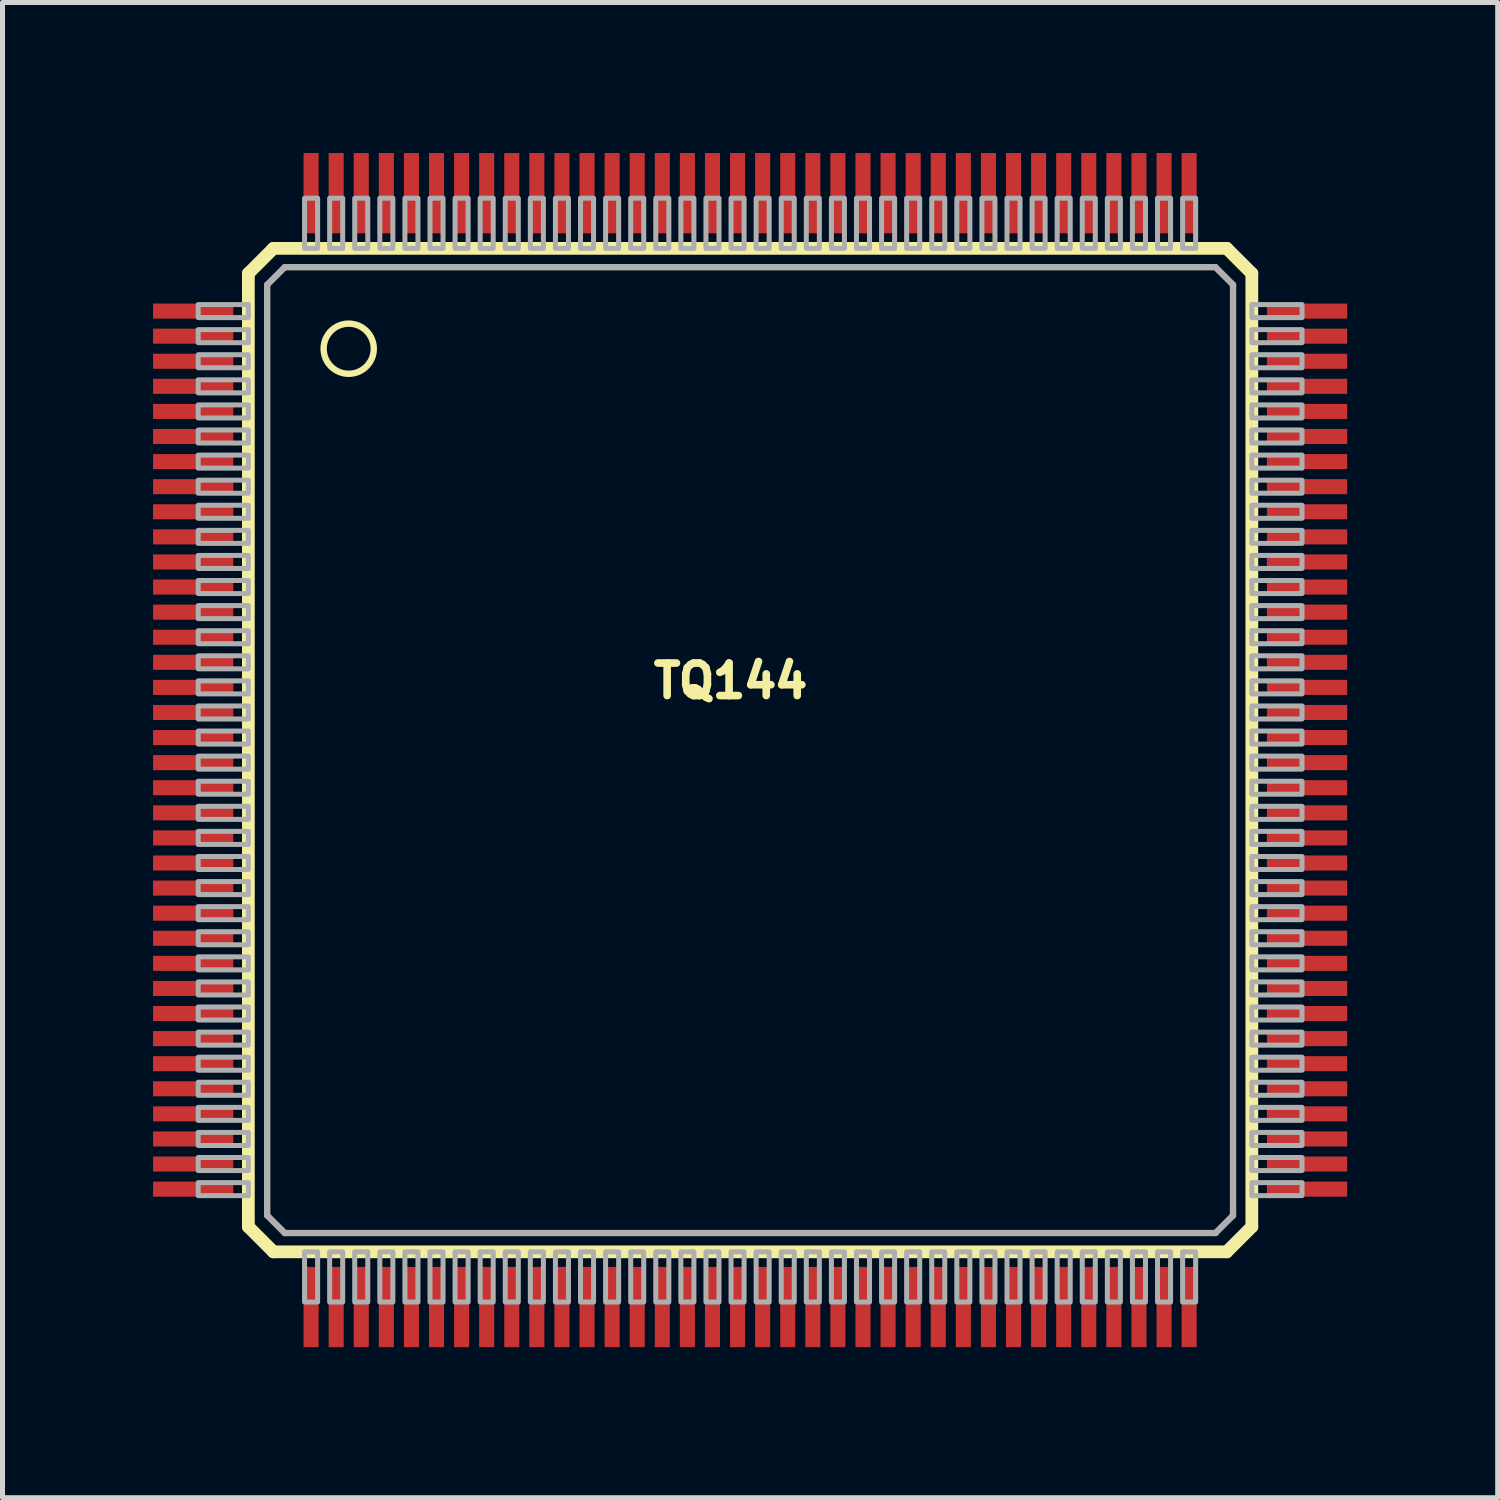
<source format=kicad_pcb>
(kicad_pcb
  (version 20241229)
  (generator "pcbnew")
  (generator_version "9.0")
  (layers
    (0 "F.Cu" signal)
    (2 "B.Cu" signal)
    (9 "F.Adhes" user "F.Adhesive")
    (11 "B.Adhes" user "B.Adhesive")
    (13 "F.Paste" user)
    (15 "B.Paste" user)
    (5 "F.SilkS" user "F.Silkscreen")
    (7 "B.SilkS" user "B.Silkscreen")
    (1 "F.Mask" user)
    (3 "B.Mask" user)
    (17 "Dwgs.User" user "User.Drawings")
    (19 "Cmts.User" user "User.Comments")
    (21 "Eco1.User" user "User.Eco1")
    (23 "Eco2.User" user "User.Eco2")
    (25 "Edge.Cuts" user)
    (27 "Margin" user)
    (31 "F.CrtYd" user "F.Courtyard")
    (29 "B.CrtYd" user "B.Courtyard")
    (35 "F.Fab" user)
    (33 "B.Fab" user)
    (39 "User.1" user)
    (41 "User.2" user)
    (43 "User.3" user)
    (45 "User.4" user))
  (footprint "TQ144"
    (layer "F.Cu")
    (at 11.9 11.9)
    (property "Reference" "TQ144" (at -2 -1 0) (unlocked yes) (layer "F.SilkS") (effects (font (size 0.648 0.648) (thickness 0.152)) (justify left bottom)))
    (fp_line (start -10 -9.5) (end -10 9.5) (stroke (width 0.254) (type solid)) (layer "F.SilkS"))
    (fp_line (start -10 9.5) (end -9.5 10) (stroke (width 0.254) (type solid)) (layer "F.SilkS"))
    (fp_line (start -9.5 -10) (end -10 -9.5) (stroke (width 0.254) (type solid)) (layer "F.SilkS"))
    (fp_line (start -9.5 10) (end 9.5 10) (stroke (width 0.254) (type solid)) (layer "F.SilkS"))
    (fp_line (start 9.5 -10) (end -9.5 -10) (stroke (width 0.254) (type solid)) (layer "F.SilkS"))
    (fp_line (start 9.5 10) (end 10 9.5) (stroke (width 0.254) (type solid)) (layer "F.SilkS"))
    (fp_line (start 10 -9.5) (end 9.5 -10) (stroke (width 0.254) (type solid)) (layer "F.SilkS"))
    (fp_line (start 10 9.5) (end 10 -9.5) (stroke (width 0.254) (type solid)) (layer "F.SilkS"))
    (fp_circle (center -8 -8) (end -7.5 -8) (stroke (width 0.127) (type solid)) (fill no) (layer "F.SilkS"))
    (fp_line (start -9.625 -9.275) (end -9.625 9.275) (stroke (width 0.127) (type solid)) (layer "F.Fab"))
    (fp_line (start -9.625 9.275) (end -9.275 9.625) (stroke (width 0.127) (type solid)) (layer "F.Fab"))
    (fp_line (start -9.275 -9.625) (end -9.625 -9.275) (stroke (width 0.127) (type solid)) (layer "F.Fab"))
    (fp_line (start -9.275 9.625) (end 9.275 9.625) (stroke (width 0.127) (type solid)) (layer "F.Fab"))
    (fp_line (start 9.275 -9.625) (end -9.275 -9.625) (stroke (width 0.127) (type solid)) (layer "F.Fab"))
    (fp_line (start 9.275 9.625) (end 9.625 9.275) (stroke (width 0.127) (type solid)) (layer "F.Fab"))
    (fp_line (start 9.625 -9.275) (end 9.275 -9.625) (stroke (width 0.127) (type solid)) (layer "F.Fab"))
    (fp_line (start 9.625 9.275) (end 9.625 -9.275) (stroke (width 0.127) (type solid)) (layer "F.Fab"))
    (fp_poly (pts (xy -11 -8.62) (xy -10 -8.62) (xy -10 -8.88) (xy -11 -8.88)) (stroke (width 0.1) (type default)) (fill no) (layer "F.Fab"))
    (fp_poly (pts (xy -11 -8.12) (xy -10 -8.12) (xy -10 -8.38) (xy -11 -8.38)) (stroke (width 0.1) (type default)) (fill no) (layer "F.Fab"))
    (fp_poly (pts (xy -11 -7.62) (xy -10 -7.62) (xy -10 -7.88) (xy -11 -7.88)) (stroke (width 0.1) (type default)) (fill no) (layer "F.Fab"))
    (fp_poly (pts (xy -11 -7.12) (xy -10 -7.12) (xy -10 -7.38) (xy -11 -7.38)) (stroke (width 0.1) (type default)) (fill no) (layer "F.Fab"))
    (fp_poly (pts (xy -11 -6.62) (xy -10 -6.62) (xy -10 -6.88) (xy -11 -6.88)) (stroke (width 0.1) (type default)) (fill no) (layer "F.Fab"))
    (fp_poly (pts (xy -11 -6.12) (xy -10 -6.12) (xy -10 -6.38) (xy -11 -6.38)) (stroke (width 0.1) (type default)) (fill no) (layer "F.Fab"))
    (fp_poly (pts (xy -11 -5.62) (xy -10 -5.62) (xy -10 -5.88) (xy -11 -5.88)) (stroke (width 0.1) (type default)) (fill no) (layer "F.Fab"))
    (fp_poly (pts (xy -11 -5.12) (xy -10 -5.12) (xy -10 -5.38) (xy -11 -5.38)) (stroke (width 0.1) (type default)) (fill no) (layer "F.Fab"))
    (fp_poly (pts (xy -11 -4.62) (xy -10 -4.62) (xy -10 -4.88) (xy -11 -4.88)) (stroke (width 0.1) (type default)) (fill no) (layer "F.Fab"))
    (fp_poly (pts (xy -11 -4.12) (xy -10 -4.12) (xy -10 -4.38) (xy -11 -4.38)) (stroke (width 0.1) (type default)) (fill no) (layer "F.Fab"))
    (fp_poly (pts (xy -11 -3.62) (xy -10 -3.62) (xy -10 -3.88) (xy -11 -3.88)) (stroke (width 0.1) (type default)) (fill no) (layer "F.Fab"))
    (fp_poly (pts (xy -11 -3.12) (xy -10 -3.12) (xy -10 -3.38) (xy -11 -3.38)) (stroke (width 0.1) (type default)) (fill no) (layer "F.Fab"))
    (fp_poly (pts (xy -11 -2.62) (xy -10 -2.62) (xy -10 -2.88) (xy -11 -2.88)) (stroke (width 0.1) (type default)) (fill no) (layer "F.Fab"))
    (fp_poly (pts (xy -11 -2.12) (xy -10 -2.12) (xy -10 -2.38) (xy -11 -2.38)) (stroke (width 0.1) (type default)) (fill no) (layer "F.Fab"))
    (fp_poly (pts (xy -11 -1.62) (xy -10 -1.62) (xy -10 -1.88) (xy -11 -1.88)) (stroke (width 0.1) (type default)) (fill no) (layer "F.Fab"))
    (fp_poly (pts (xy -11 -1.12) (xy -10 -1.12) (xy -10 -1.38) (xy -11 -1.38)) (stroke (width 0.1) (type default)) (fill no) (layer "F.Fab"))
    (fp_poly (pts (xy -11 -0.62) (xy -10 -0.62) (xy -10 -0.88) (xy -11 -0.88)) (stroke (width 0.1) (type default)) (fill no) (layer "F.Fab"))
    (fp_poly (pts (xy -11 -0.12) (xy -10 -0.12) (xy -10 -0.38) (xy -11 -0.38)) (stroke (width 0.1) (type default)) (fill no) (layer "F.Fab"))
    (fp_poly (pts (xy -11 0.38) (xy -10 0.38) (xy -10 0.12) (xy -11 0.12)) (stroke (width 0.1) (type default)) (fill no) (layer "F.Fab"))
    (fp_poly (pts (xy -11 0.88) (xy -10 0.88) (xy -10 0.62) (xy -11 0.62)) (stroke (width 0.1) (type default)) (fill no) (layer "F.Fab"))
    (fp_poly (pts (xy -11 1.38) (xy -10 1.38) (xy -10 1.12) (xy -11 1.12)) (stroke (width 0.1) (type default)) (fill no) (layer "F.Fab"))
    (fp_poly (pts (xy -11 1.88) (xy -10 1.88) (xy -10 1.62) (xy -11 1.62)) (stroke (width 0.1) (type default)) (fill no) (layer "F.Fab"))
    (fp_poly (pts (xy -11 2.38) (xy -10 2.38) (xy -10 2.12) (xy -11 2.12)) (stroke (width 0.1) (type default)) (fill no) (layer "F.Fab"))
    (fp_poly (pts (xy -11 2.88) (xy -10 2.88) (xy -10 2.62) (xy -11 2.62)) (stroke (width 0.1) (type default)) (fill no) (layer "F.Fab"))
    (fp_poly (pts (xy -11 3.38) (xy -10 3.38) (xy -10 3.12) (xy -11 3.12)) (stroke (width 0.1) (type default)) (fill no) (layer "F.Fab"))
    (fp_poly (pts (xy -11 3.88) (xy -10 3.88) (xy -10 3.62) (xy -11 3.62)) (stroke (width 0.1) (type default)) (fill no) (layer "F.Fab"))
    (fp_poly (pts (xy -11 4.38) (xy -10 4.38) (xy -10 4.12) (xy -11 4.12)) (stroke (width 0.1) (type default)) (fill no) (layer "F.Fab"))
    (fp_poly (pts (xy -11 4.88) (xy -10 4.88) (xy -10 4.62) (xy -11 4.62)) (stroke (width 0.1) (type default)) (fill no) (layer "F.Fab"))
    (fp_poly (pts (xy -11 5.38) (xy -10 5.38) (xy -10 5.12) (xy -11 5.12)) (stroke (width 0.1) (type default)) (fill no) (layer "F.Fab"))
    (fp_poly (pts (xy -11 5.88) (xy -10 5.88) (xy -10 5.62) (xy -11 5.62)) (stroke (width 0.1) (type default)) (fill no) (layer "F.Fab"))
    (fp_poly (pts (xy -11 6.38) (xy -10 6.38) (xy -10 6.12) (xy -11 6.12)) (stroke (width 0.1) (type default)) (fill no) (layer "F.Fab"))
    (fp_poly (pts (xy -11 6.88) (xy -10 6.88) (xy -10 6.62) (xy -11 6.62)) (stroke (width 0.1) (type default)) (fill no) (layer "F.Fab"))
    (fp_poly (pts (xy -11 7.38) (xy -10 7.38) (xy -10 7.12) (xy -11 7.12)) (stroke (width 0.1) (type default)) (fill no) (layer "F.Fab"))
    (fp_poly (pts (xy -11 7.88) (xy -10 7.88) (xy -10 7.62) (xy -11 7.62)) (stroke (width 0.1) (type default)) (fill no) (layer "F.Fab"))
    (fp_poly (pts (xy -11 8.38) (xy -10 8.38) (xy -10 8.12) (xy -11 8.12)) (stroke (width 0.1) (type default)) (fill no) (layer "F.Fab"))
    (fp_poly (pts (xy -11 8.88) (xy -10 8.88) (xy -10 8.62) (xy -11 8.62)) (stroke (width 0.1) (type default)) (fill no) (layer "F.Fab"))
    (fp_poly (pts (xy -8.88 -10) (xy -8.62 -10) (xy -8.62 -11) (xy -8.88 -11)) (stroke (width 0.1) (type default)) (fill no) (layer "F.Fab"))
    (fp_poly (pts (xy -8.88 11) (xy -8.62 11) (xy -8.62 10) (xy -8.88 10)) (stroke (width 0.1) (type default)) (fill no) (layer "F.Fab"))
    (fp_poly (pts (xy -8.38 -10) (xy -8.12 -10) (xy -8.12 -11) (xy -8.38 -11)) (stroke (width 0.1) (type default)) (fill no) (layer "F.Fab"))
    (fp_poly (pts (xy -8.38 11) (xy -8.12 11) (xy -8.12 10) (xy -8.38 10)) (stroke (width 0.1) (type default)) (fill no) (layer "F.Fab"))
    (fp_poly (pts (xy -7.88 -10) (xy -7.62 -10) (xy -7.62 -11) (xy -7.88 -11)) (stroke (width 0.1) (type default)) (fill no) (layer "F.Fab"))
    (fp_poly (pts (xy -7.88 11) (xy -7.62 11) (xy -7.62 10) (xy -7.88 10)) (stroke (width 0.1) (type default)) (fill no) (layer "F.Fab"))
    (fp_poly (pts (xy -7.38 -10) (xy -7.12 -10) (xy -7.12 -11) (xy -7.38 -11)) (stroke (width 0.1) (type default)) (fill no) (layer "F.Fab"))
    (fp_poly (pts (xy -7.38 11) (xy -7.12 11) (xy -7.12 10) (xy -7.38 10)) (stroke (width 0.1) (type default)) (fill no) (layer "F.Fab"))
    (fp_poly (pts (xy -6.88 -10) (xy -6.62 -10) (xy -6.62 -11) (xy -6.88 -11)) (stroke (width 0.1) (type default)) (fill no) (layer "F.Fab"))
    (fp_poly (pts (xy -6.88 11) (xy -6.62 11) (xy -6.62 10) (xy -6.88 10)) (stroke (width 0.1) (type default)) (fill no) (layer "F.Fab"))
    (fp_poly (pts (xy -6.38 -10) (xy -6.12 -10) (xy -6.12 -11) (xy -6.38 -11)) (stroke (width 0.1) (type default)) (fill no) (layer "F.Fab"))
    (fp_poly (pts (xy -6.38 11) (xy -6.12 11) (xy -6.12 10) (xy -6.38 10)) (stroke (width 0.1) (type default)) (fill no) (layer "F.Fab"))
    (fp_poly (pts (xy -5.88 -10) (xy -5.62 -10) (xy -5.62 -11) (xy -5.88 -11)) (stroke (width 0.1) (type default)) (fill no) (layer "F.Fab"))
    (fp_poly (pts (xy -5.88 11) (xy -5.62 11) (xy -5.62 10) (xy -5.88 10)) (stroke (width 0.1) (type default)) (fill no) (layer "F.Fab"))
    (fp_poly (pts (xy -5.38 -10) (xy -5.12 -10) (xy -5.12 -11) (xy -5.38 -11)) (stroke (width 0.1) (type default)) (fill no) (layer "F.Fab"))
    (fp_poly (pts (xy -5.38 11) (xy -5.12 11) (xy -5.12 10) (xy -5.38 10)) (stroke (width 0.1) (type default)) (fill no) (layer "F.Fab"))
    (fp_poly (pts (xy -4.88 -10) (xy -4.62 -10) (xy -4.62 -11) (xy -4.88 -11)) (stroke (width 0.1) (type default)) (fill no) (layer "F.Fab"))
    (fp_poly (pts (xy -4.88 11) (xy -4.62 11) (xy -4.62 10) (xy -4.88 10)) (stroke (width 0.1) (type default)) (fill no) (layer "F.Fab"))
    (fp_poly (pts (xy -4.38 -10) (xy -4.12 -10) (xy -4.12 -11) (xy -4.38 -11)) (stroke (width 0.1) (type default)) (fill no) (layer "F.Fab"))
    (fp_poly (pts (xy -4.38 11) (xy -4.12 11) (xy -4.12 10) (xy -4.38 10)) (stroke (width 0.1) (type default)) (fill no) (layer "F.Fab"))
    (fp_poly (pts (xy -3.88 -10) (xy -3.62 -10) (xy -3.62 -11) (xy -3.88 -11)) (stroke (width 0.1) (type default)) (fill no) (layer "F.Fab"))
    (fp_poly (pts (xy -3.88 11) (xy -3.62 11) (xy -3.62 10) (xy -3.88 10)) (stroke (width 0.1) (type default)) (fill no) (layer "F.Fab"))
    (fp_poly (pts (xy -3.38 -10) (xy -3.12 -10) (xy -3.12 -11) (xy -3.38 -11)) (stroke (width 0.1) (type default)) (fill no) (layer "F.Fab"))
    (fp_poly (pts (xy -3.38 11) (xy -3.12 11) (xy -3.12 10) (xy -3.38 10)) (stroke (width 0.1) (type default)) (fill no) (layer "F.Fab"))
    (fp_poly (pts (xy -2.88 -10) (xy -2.62 -10) (xy -2.62 -11) (xy -2.88 -11)) (stroke (width 0.1) (type default)) (fill no) (layer "F.Fab"))
    (fp_poly (pts (xy -2.88 11) (xy -2.62 11) (xy -2.62 10) (xy -2.88 10)) (stroke (width 0.1) (type default)) (fill no) (layer "F.Fab"))
    (fp_poly (pts (xy -2.38 -10) (xy -2.12 -10) (xy -2.12 -11) (xy -2.38 -11)) (stroke (width 0.1) (type default)) (fill no) (layer "F.Fab"))
    (fp_poly (pts (xy -2.38 11) (xy -2.12 11) (xy -2.12 10) (xy -2.38 10)) (stroke (width 0.1) (type default)) (fill no) (layer "F.Fab"))
    (fp_poly (pts (xy -1.88 -10) (xy -1.62 -10) (xy -1.62 -11) (xy -1.88 -11)) (stroke (width 0.1) (type default)) (fill no) (layer "F.Fab"))
    (fp_poly (pts (xy -1.88 11) (xy -1.62 11) (xy -1.62 10) (xy -1.88 10)) (stroke (width 0.1) (type default)) (fill no) (layer "F.Fab"))
    (fp_poly (pts (xy -1.38 -10) (xy -1.12 -10) (xy -1.12 -11) (xy -1.38 -11)) (stroke (width 0.1) (type default)) (fill no) (layer "F.Fab"))
    (fp_poly (pts (xy -1.38 11) (xy -1.12 11) (xy -1.12 10) (xy -1.38 10)) (stroke (width 0.1) (type default)) (fill no) (layer "F.Fab"))
    (fp_poly (pts (xy -0.88 -10) (xy -0.62 -10) (xy -0.62 -11) (xy -0.88 -11)) (stroke (width 0.1) (type default)) (fill no) (layer "F.Fab"))
    (fp_poly (pts (xy -0.88 11) (xy -0.62 11) (xy -0.62 10) (xy -0.88 10)) (stroke (width 0.1) (type default)) (fill no) (layer "F.Fab"))
    (fp_poly (pts (xy -0.38 -10) (xy -0.12 -10) (xy -0.12 -11) (xy -0.38 -11)) (stroke (width 0.1) (type default)) (fill no) (layer "F.Fab"))
    (fp_poly (pts (xy -0.38 11) (xy -0.12 11) (xy -0.12 10) (xy -0.38 10)) (stroke (width 0.1) (type default)) (fill no) (layer "F.Fab"))
    (fp_poly (pts (xy 0.12 -10) (xy 0.38 -10) (xy 0.38 -11) (xy 0.12 -11)) (stroke (width 0.1) (type default)) (fill no) (layer "F.Fab"))
    (fp_poly (pts (xy 0.12 11) (xy 0.38 11) (xy 0.38 10) (xy 0.12 10)) (stroke (width 0.1) (type default)) (fill no) (layer "F.Fab"))
    (fp_poly (pts (xy 0.62 -10) (xy 0.88 -10) (xy 0.88 -11) (xy 0.62 -11)) (stroke (width 0.1) (type default)) (fill no) (layer "F.Fab"))
    (fp_poly (pts (xy 0.62 11) (xy 0.88 11) (xy 0.88 10) (xy 0.62 10)) (stroke (width 0.1) (type default)) (fill no) (layer "F.Fab"))
    (fp_poly (pts (xy 1.12 -10) (xy 1.38 -10) (xy 1.38 -11) (xy 1.12 -11)) (stroke (width 0.1) (type default)) (fill no) (layer "F.Fab"))
    (fp_poly (pts (xy 1.12 11) (xy 1.38 11) (xy 1.38 10) (xy 1.12 10)) (stroke (width 0.1) (type default)) (fill no) (layer "F.Fab"))
    (fp_poly (pts (xy 1.62 -10) (xy 1.88 -10) (xy 1.88 -11) (xy 1.62 -11)) (stroke (width 0.1) (type default)) (fill no) (layer "F.Fab"))
    (fp_poly (pts (xy 1.62 11) (xy 1.88 11) (xy 1.88 10) (xy 1.62 10)) (stroke (width 0.1) (type default)) (fill no) (layer "F.Fab"))
    (fp_poly (pts (xy 2.12 -10) (xy 2.38 -10) (xy 2.38 -11) (xy 2.12 -11)) (stroke (width 0.1) (type default)) (fill no) (layer "F.Fab"))
    (fp_poly (pts (xy 2.12 11) (xy 2.38 11) (xy 2.38 10) (xy 2.12 10)) (stroke (width 0.1) (type default)) (fill no) (layer "F.Fab"))
    (fp_poly (pts (xy 2.62 -10) (xy 2.88 -10) (xy 2.88 -11) (xy 2.62 -11)) (stroke (width 0.1) (type default)) (fill no) (layer "F.Fab"))
    (fp_poly (pts (xy 2.62 11) (xy 2.88 11) (xy 2.88 10) (xy 2.62 10)) (stroke (width 0.1) (type default)) (fill no) (layer "F.Fab"))
    (fp_poly (pts (xy 3.12 -10) (xy 3.38 -10) (xy 3.38 -11) (xy 3.12 -11)) (stroke (width 0.1) (type default)) (fill no) (layer "F.Fab"))
    (fp_poly (pts (xy 3.12 11) (xy 3.38 11) (xy 3.38 10) (xy 3.12 10)) (stroke (width 0.1) (type default)) (fill no) (layer "F.Fab"))
    (fp_poly (pts (xy 3.62 -10) (xy 3.88 -10) (xy 3.88 -11) (xy 3.62 -11)) (stroke (width 0.1) (type default)) (fill no) (layer "F.Fab"))
    (fp_poly (pts (xy 3.62 11) (xy 3.88 11) (xy 3.88 10) (xy 3.62 10)) (stroke (width 0.1) (type default)) (fill no) (layer "F.Fab"))
    (fp_poly (pts (xy 4.12 -10) (xy 4.38 -10) (xy 4.38 -11) (xy 4.12 -11)) (stroke (width 0.1) (type default)) (fill no) (layer "F.Fab"))
    (fp_poly (pts (xy 4.12 11) (xy 4.38 11) (xy 4.38 10) (xy 4.12 10)) (stroke (width 0.1) (type default)) (fill no) (layer "F.Fab"))
    (fp_poly (pts (xy 4.62 -10) (xy 4.88 -10) (xy 4.88 -11) (xy 4.62 -11)) (stroke (width 0.1) (type default)) (fill no) (layer "F.Fab"))
    (fp_poly (pts (xy 4.62 11) (xy 4.88 11) (xy 4.88 10) (xy 4.62 10)) (stroke (width 0.1) (type default)) (fill no) (layer "F.Fab"))
    (fp_poly (pts (xy 5.12 -10) (xy 5.38 -10) (xy 5.38 -11) (xy 5.12 -11)) (stroke (width 0.1) (type default)) (fill no) (layer "F.Fab"))
    (fp_poly (pts (xy 5.12 11) (xy 5.38 11) (xy 5.38 10) (xy 5.12 10)) (stroke (width 0.1) (type default)) (fill no) (layer "F.Fab"))
    (fp_poly (pts (xy 5.62 -10) (xy 5.88 -10) (xy 5.88 -11) (xy 5.62 -11)) (stroke (width 0.1) (type default)) (fill no) (layer "F.Fab"))
    (fp_poly (pts (xy 5.62 11) (xy 5.88 11) (xy 5.88 10) (xy 5.62 10)) (stroke (width 0.1) (type default)) (fill no) (layer "F.Fab"))
    (fp_poly (pts (xy 6.12 -10) (xy 6.38 -10) (xy 6.38 -11) (xy 6.12 -11)) (stroke (width 0.1) (type default)) (fill no) (layer "F.Fab"))
    (fp_poly (pts (xy 6.12 11) (xy 6.38 11) (xy 6.38 10) (xy 6.12 10)) (stroke (width 0.1) (type default)) (fill no) (layer "F.Fab"))
    (fp_poly (pts (xy 6.62 -10) (xy 6.88 -10) (xy 6.88 -11) (xy 6.62 -11)) (stroke (width 0.1) (type default)) (fill no) (layer "F.Fab"))
    (fp_poly (pts (xy 6.62 11) (xy 6.88 11) (xy 6.88 10) (xy 6.62 10)) (stroke (width 0.1) (type default)) (fill no) (layer "F.Fab"))
    (fp_poly (pts (xy 7.12 -10) (xy 7.38 -10) (xy 7.38 -11) (xy 7.12 -11)) (stroke (width 0.1) (type default)) (fill no) (layer "F.Fab"))
    (fp_poly (pts (xy 7.12 11) (xy 7.38 11) (xy 7.38 10) (xy 7.12 10)) (stroke (width 0.1) (type default)) (fill no) (layer "F.Fab"))
    (fp_poly (pts (xy 7.62 -10) (xy 7.88 -10) (xy 7.88 -11) (xy 7.62 -11)) (stroke (width 0.1) (type default)) (fill no) (layer "F.Fab"))
    (fp_poly (pts (xy 7.62 11) (xy 7.88 11) (xy 7.88 10) (xy 7.62 10)) (stroke (width 0.1) (type default)) (fill no) (layer "F.Fab"))
    (fp_poly (pts (xy 8.12 -10) (xy 8.38 -10) (xy 8.38 -11) (xy 8.12 -11)) (stroke (width 0.1) (type default)) (fill no) (layer "F.Fab"))
    (fp_poly (pts (xy 8.12 11) (xy 8.38 11) (xy 8.38 10) (xy 8.12 10)) (stroke (width 0.1) (type default)) (fill no) (layer "F.Fab"))
    (fp_poly (pts (xy 8.62 -10) (xy 8.88 -10) (xy 8.88 -11) (xy 8.62 -11)) (stroke (width 0.1) (type default)) (fill no) (layer "F.Fab"))
    (fp_poly (pts (xy 8.62 11) (xy 8.88 11) (xy 8.88 10) (xy 8.62 10)) (stroke (width 0.1) (type default)) (fill no) (layer "F.Fab"))
    (fp_poly (pts (xy 10 -8.62) (xy 11 -8.62) (xy 11 -8.88) (xy 10 -8.88)) (stroke (width 0.1) (type default)) (fill no) (layer "F.Fab"))
    (fp_poly (pts (xy 10 -8.12) (xy 11 -8.12) (xy 11 -8.38) (xy 10 -8.38)) (stroke (width 0.1) (type default)) (fill no) (layer "F.Fab"))
    (fp_poly (pts (xy 10 -7.62) (xy 11 -7.62) (xy 11 -7.88) (xy 10 -7.88)) (stroke (width 0.1) (type default)) (fill no) (layer "F.Fab"))
    (fp_poly (pts (xy 10 -7.12) (xy 11 -7.12) (xy 11 -7.38) (xy 10 -7.38)) (stroke (width 0.1) (type default)) (fill no) (layer "F.Fab"))
    (fp_poly (pts (xy 10 -6.62) (xy 11 -6.62) (xy 11 -6.88) (xy 10 -6.88)) (stroke (width 0.1) (type default)) (fill no) (layer "F.Fab"))
    (fp_poly (pts (xy 10 -6.12) (xy 11 -6.12) (xy 11 -6.38) (xy 10 -6.38)) (stroke (width 0.1) (type default)) (fill no) (layer "F.Fab"))
    (fp_poly (pts (xy 10 -5.62) (xy 11 -5.62) (xy 11 -5.88) (xy 10 -5.88)) (stroke (width 0.1) (type default)) (fill no) (layer "F.Fab"))
    (fp_poly (pts (xy 10 -5.12) (xy 11 -5.12) (xy 11 -5.38) (xy 10 -5.38)) (stroke (width 0.1) (type default)) (fill no) (layer "F.Fab"))
    (fp_poly (pts (xy 10 -4.62) (xy 11 -4.62) (xy 11 -4.88) (xy 10 -4.88)) (stroke (width 0.1) (type default)) (fill no) (layer "F.Fab"))
    (fp_poly (pts (xy 10 -4.12) (xy 11 -4.12) (xy 11 -4.38) (xy 10 -4.38)) (stroke (width 0.1) (type default)) (fill no) (layer "F.Fab"))
    (fp_poly (pts (xy 10 -3.62) (xy 11 -3.62) (xy 11 -3.88) (xy 10 -3.88)) (stroke (width 0.1) (type default)) (fill no) (layer "F.Fab"))
    (fp_poly (pts (xy 10 -3.12) (xy 11 -3.12) (xy 11 -3.38) (xy 10 -3.38)) (stroke (width 0.1) (type default)) (fill no) (layer "F.Fab"))
    (fp_poly (pts (xy 10 -2.62) (xy 11 -2.62) (xy 11 -2.88) (xy 10 -2.88)) (stroke (width 0.1) (type default)) (fill no) (layer "F.Fab"))
    (fp_poly (pts (xy 10 -2.12) (xy 11 -2.12) (xy 11 -2.38) (xy 10 -2.38)) (stroke (width 0.1) (type default)) (fill no) (layer "F.Fab"))
    (fp_poly (pts (xy 10 -1.62) (xy 11 -1.62) (xy 11 -1.88) (xy 10 -1.88)) (stroke (width 0.1) (type default)) (fill no) (layer "F.Fab"))
    (fp_poly (pts (xy 10 -1.12) (xy 11 -1.12) (xy 11 -1.38) (xy 10 -1.38)) (stroke (width 0.1) (type default)) (fill no) (layer "F.Fab"))
    (fp_poly (pts (xy 10 -0.62) (xy 11 -0.62) (xy 11 -0.88) (xy 10 -0.88)) (stroke (width 0.1) (type default)) (fill no) (layer "F.Fab"))
    (fp_poly (pts (xy 10 -0.12) (xy 11 -0.12) (xy 11 -0.38) (xy 10 -0.38)) (stroke (width 0.1) (type default)) (fill no) (layer "F.Fab"))
    (fp_poly (pts (xy 10 0.38) (xy 11 0.38) (xy 11 0.12) (xy 10 0.12)) (stroke (width 0.1) (type default)) (fill no) (layer "F.Fab"))
    (fp_poly (pts (xy 10 0.88) (xy 11 0.88) (xy 11 0.62) (xy 10 0.62)) (stroke (width 0.1) (type default)) (fill no) (layer "F.Fab"))
    (fp_poly (pts (xy 10 1.38) (xy 11 1.38) (xy 11 1.12) (xy 10 1.12)) (stroke (width 0.1) (type default)) (fill no) (layer "F.Fab"))
    (fp_poly (pts (xy 10 1.88) (xy 11 1.88) (xy 11 1.62) (xy 10 1.62)) (stroke (width 0.1) (type default)) (fill no) (layer "F.Fab"))
    (fp_poly (pts (xy 10 2.38) (xy 11 2.38) (xy 11 2.12) (xy 10 2.12)) (stroke (width 0.1) (type default)) (fill no) (layer "F.Fab"))
    (fp_poly (pts (xy 10 2.88) (xy 11 2.88) (xy 11 2.62) (xy 10 2.62)) (stroke (width 0.1) (type default)) (fill no) (layer "F.Fab"))
    (fp_poly (pts (xy 10 3.38) (xy 11 3.38) (xy 11 3.12) (xy 10 3.12)) (stroke (width 0.1) (type default)) (fill no) (layer "F.Fab"))
    (fp_poly (pts (xy 10 3.88) (xy 11 3.88) (xy 11 3.62) (xy 10 3.62)) (stroke (width 0.1) (type default)) (fill no) (layer "F.Fab"))
    (fp_poly (pts (xy 10 4.38) (xy 11 4.38) (xy 11 4.12) (xy 10 4.12)) (stroke (width 0.1) (type default)) (fill no) (layer "F.Fab"))
    (fp_poly (pts (xy 10 4.88) (xy 11 4.88) (xy 11 4.62) (xy 10 4.62)) (stroke (width 0.1) (type default)) (fill no) (layer "F.Fab"))
    (fp_poly (pts (xy 10 5.38) (xy 11 5.38) (xy 11 5.12) (xy 10 5.12)) (stroke (width 0.1) (type default)) (fill no) (layer "F.Fab"))
    (fp_poly (pts (xy 10 5.88) (xy 11 5.88) (xy 11 5.62) (xy 10 5.62)) (stroke (width 0.1) (type default)) (fill no) (layer "F.Fab"))
    (fp_poly (pts (xy 10 6.38) (xy 11 6.38) (xy 11 6.12) (xy 10 6.12)) (stroke (width 0.1) (type default)) (fill no) (layer "F.Fab"))
    (fp_poly (pts (xy 10 6.88) (xy 11 6.88) (xy 11 6.62) (xy 10 6.62)) (stroke (width 0.1) (type default)) (fill no) (layer "F.Fab"))
    (fp_poly (pts (xy 10 7.38) (xy 11 7.38) (xy 11 7.12) (xy 10 7.12)) (stroke (width 0.1) (type default)) (fill no) (layer "F.Fab"))
    (fp_poly (pts (xy 10 7.88) (xy 11 7.88) (xy 11 7.62) (xy 10 7.62)) (stroke (width 0.1) (type default)) (fill no) (layer "F.Fab"))
    (fp_poly (pts (xy 10 8.38) (xy 11 8.38) (xy 11 8.12) (xy 10 8.12)) (stroke (width 0.1) (type default)) (fill no) (layer "F.Fab"))
    (fp_poly (pts (xy 10 8.88) (xy 11 8.88) (xy 11 8.62) (xy 10 8.62)) (stroke (width 0.1) (type default)) (fill no) (layer "F.Fab"))
    (pad "P1" smd rect (at -11.1 -8.75) (size 1.6 0.3) (layers "F.Cu" "F.Mask" "F.Paste"))
    (pad "P2" smd rect (at -11.1 -8.25) (size 1.6 0.3) (layers "F.Cu" "F.Mask" "F.Paste"))
    (pad "P3" smd rect (at -11.1 -7.75) (size 1.6 0.3) (layers "F.Cu" "F.Mask" "F.Paste"))
    (pad "P4" smd rect (at -11.1 -7.25) (size 1.6 0.3) (layers "F.Cu" "F.Mask" "F.Paste"))
    (pad "P5" smd rect (at -11.1 -6.75) (size 1.6 0.3) (layers "F.Cu" "F.Mask" "F.Paste"))
    (pad "P6" smd rect (at -11.1 -6.25) (size 1.6 0.3) (layers "F.Cu" "F.Mask" "F.Paste"))
    (pad "P7" smd rect (at -11.1 -5.75) (size 1.6 0.3) (layers "F.Cu" "F.Mask" "F.Paste"))
    (pad "P8" smd rect (at -11.1 -5.25) (size 1.6 0.3) (layers "F.Cu" "F.Mask" "F.Paste"))
    (pad "P9" smd rect (at -11.1 -4.75) (size 1.6 0.3) (layers "F.Cu" "F.Mask" "F.Paste"))
    (pad "P10" smd rect (at -11.1 -4.25) (size 1.6 0.3) (layers "F.Cu" "F.Mask" "F.Paste"))
    (pad "P11" smd rect (at -11.1 -3.75) (size 1.6 0.3) (layers "F.Cu" "F.Mask" "F.Paste"))
    (pad "P12" smd rect (at -11.1 -3.25) (size 1.6 0.3) (layers "F.Cu" "F.Mask" "F.Paste"))
    (pad "P13" smd rect (at -11.1 -2.75) (size 1.6 0.3) (layers "F.Cu" "F.Mask" "F.Paste"))
    (pad "P14" smd rect (at -11.1 -2.25) (size 1.6 0.3) (layers "F.Cu" "F.Mask" "F.Paste"))
    (pad "P15" smd rect (at -11.1 -1.75) (size 1.6 0.3) (layers "F.Cu" "F.Mask" "F.Paste"))
    (pad "P16" smd rect (at -11.1 -1.25) (size 1.6 0.3) (layers "F.Cu" "F.Mask" "F.Paste"))
    (pad "P17" smd rect (at -11.1 -0.75) (size 1.6 0.3) (layers "F.Cu" "F.Mask" "F.Paste"))
    (pad "P18" smd rect (at -11.1 -0.25) (size 1.6 0.3) (layers "F.Cu" "F.Mask" "F.Paste"))
    (pad "P19" smd rect (at -11.1 0.25) (size 1.6 0.3) (layers "F.Cu" "F.Mask" "F.Paste"))
    (pad "P20" smd rect (at -11.1 0.75) (size 1.6 0.3) (layers "F.Cu" "F.Mask" "F.Paste"))
    (pad "P21" smd rect (at -11.1 1.25) (size 1.6 0.3) (layers "F.Cu" "F.Mask" "F.Paste"))
    (pad "P22" smd rect (at -11.1 1.75) (size 1.6 0.3) (layers "F.Cu" "F.Mask" "F.Paste"))
    (pad "P23" smd rect (at -11.1 2.25) (size 1.6 0.3) (layers "F.Cu" "F.Mask" "F.Paste"))
    (pad "P24" smd rect (at -11.1 2.75) (size 1.6 0.3) (layers "F.Cu" "F.Mask" "F.Paste"))
    (pad "P25" smd rect (at -11.1 3.25) (size 1.6 0.3) (layers "F.Cu" "F.Mask" "F.Paste"))
    (pad "P26" smd rect (at -11.1 3.75) (size 1.6 0.3) (layers "F.Cu" "F.Mask" "F.Paste"))
    (pad "P27" smd rect (at -11.1 4.25) (size 1.6 0.3) (layers "F.Cu" "F.Mask" "F.Paste"))
    (pad "P28" smd rect (at -11.1 4.75) (size 1.6 0.3) (layers "F.Cu" "F.Mask" "F.Paste"))
    (pad "P29" smd rect (at -11.1 5.25) (size 1.6 0.3) (layers "F.Cu" "F.Mask" "F.Paste"))
    (pad "P30" smd rect (at -11.1 5.75) (size 1.6 0.3) (layers "F.Cu" "F.Mask" "F.Paste"))
    (pad "P31" smd rect (at -11.1 6.25) (size 1.6 0.3) (layers "F.Cu" "F.Mask" "F.Paste"))
    (pad "P32" smd rect (at -11.1 6.75) (size 1.6 0.3) (layers "F.Cu" "F.Mask" "F.Paste"))
    (pad "P33" smd rect (at -11.1 7.25) (size 1.6 0.3) (layers "F.Cu" "F.Mask" "F.Paste"))
    (pad "P34" smd rect (at -11.1 7.75) (size 1.6 0.3) (layers "F.Cu" "F.Mask" "F.Paste"))
    (pad "P35" smd rect (at -11.1 8.25) (size 1.6 0.3) (layers "F.Cu" "F.Mask" "F.Paste"))
    (pad "P36" smd rect (at -11.1 8.75) (size 1.6 0.3) (layers "F.Cu" "F.Mask" "F.Paste"))
    (pad "P37" smd rect (at -8.75 11.1 90) (size 1.6 0.3) (layers "F.Cu" "F.Mask" "F.Paste"))
    (pad "P38" smd rect (at -8.25 11.1 90) (size 1.6 0.3) (layers "F.Cu" "F.Mask" "F.Paste"))
    (pad "P39" smd rect (at -7.75 11.1 90) (size 1.6 0.3) (layers "F.Cu" "F.Mask" "F.Paste"))
    (pad "P40" smd rect (at -7.25 11.1 90) (size 1.6 0.3) (layers "F.Cu" "F.Mask" "F.Paste"))
    (pad "P41" smd rect (at -6.75 11.1 90) (size 1.6 0.3) (layers "F.Cu" "F.Mask" "F.Paste"))
    (pad "P42" smd rect (at -6.25 11.1 90) (size 1.6 0.3) (layers "F.Cu" "F.Mask" "F.Paste"))
    (pad "P43" smd rect (at -5.75 11.1 90) (size 1.6 0.3) (layers "F.Cu" "F.Mask" "F.Paste"))
    (pad "P44" smd rect (at -5.25 11.1 90) (size 1.6 0.3) (layers "F.Cu" "F.Mask" "F.Paste"))
    (pad "P45" smd rect (at -4.75 11.1 90) (size 1.6 0.3) (layers "F.Cu" "F.Mask" "F.Paste"))
    (pad "P46" smd rect (at -4.25 11.1 90) (size 1.6 0.3) (layers "F.Cu" "F.Mask" "F.Paste"))
    (pad "P47" smd rect (at -3.75 11.1 90) (size 1.6 0.3) (layers "F.Cu" "F.Mask" "F.Paste"))
    (pad "P48" smd rect (at -3.25 11.1 90) (size 1.6 0.3) (layers "F.Cu" "F.Mask" "F.Paste"))
    (pad "P49" smd rect (at -2.75 11.1 90) (size 1.6 0.3) (layers "F.Cu" "F.Mask" "F.Paste"))
    (pad "P50" smd rect (at -2.25 11.1 90) (size 1.6 0.3) (layers "F.Cu" "F.Mask" "F.Paste"))
    (pad "P51" smd rect (at -1.75 11.1 90) (size 1.6 0.3) (layers "F.Cu" "F.Mask" "F.Paste"))
    (pad "P52" smd rect (at -1.25 11.1 90) (size 1.6 0.3) (layers "F.Cu" "F.Mask" "F.Paste"))
    (pad "P53" smd rect (at -0.75 11.1 90) (size 1.6 0.3) (layers "F.Cu" "F.Mask" "F.Paste"))
    (pad "P54" smd rect (at -0.25 11.1 90) (size 1.6 0.3) (layers "F.Cu" "F.Mask" "F.Paste"))
    (pad "P55" smd rect (at 0.25 11.1 90) (size 1.6 0.3) (layers "F.Cu" "F.Mask" "F.Paste"))
    (pad "P56" smd rect (at 0.75 11.1 90) (size 1.6 0.3) (layers "F.Cu" "F.Mask" "F.Paste"))
    (pad "P57" smd rect (at 1.25 11.1 90) (size 1.6 0.3) (layers "F.Cu" "F.Mask" "F.Paste"))
    (pad "P58" smd rect (at 1.75 11.1 90) (size 1.6 0.3) (layers "F.Cu" "F.Mask" "F.Paste"))
    (pad "P59" smd rect (at 2.25 11.1 90) (size 1.6 0.3) (layers "F.Cu" "F.Mask" "F.Paste"))
    (pad "P60" smd rect (at 2.75 11.1 90) (size 1.6 0.3) (layers "F.Cu" "F.Mask" "F.Paste"))
    (pad "P61" smd rect (at 3.25 11.1 90) (size 1.6 0.3) (layers "F.Cu" "F.Mask" "F.Paste"))
    (pad "P62" smd rect (at 3.75 11.1 90) (size 1.6 0.3) (layers "F.Cu" "F.Mask" "F.Paste"))
    (pad "P63" smd rect (at 4.25 11.1 90) (size 1.6 0.3) (layers "F.Cu" "F.Mask" "F.Paste"))
    (pad "P64" smd rect (at 4.75 11.1 90) (size 1.6 0.3) (layers "F.Cu" "F.Mask" "F.Paste"))
    (pad "P65" smd rect (at 5.25 11.1 90) (size 1.6 0.3) (layers "F.Cu" "F.Mask" "F.Paste"))
    (pad "P66" smd rect (at 5.75 11.1 90) (size 1.6 0.3) (layers "F.Cu" "F.Mask" "F.Paste"))
    (pad "P67" smd rect (at 6.25 11.1 90) (size 1.6 0.3) (layers "F.Cu" "F.Mask" "F.Paste"))
    (pad "P68" smd rect (at 6.75 11.1 90) (size 1.6 0.3) (layers "F.Cu" "F.Mask" "F.Paste"))
    (pad "P69" smd rect (at 7.25 11.1 90) (size 1.6 0.3) (layers "F.Cu" "F.Mask" "F.Paste"))
    (pad "P70" smd rect (at 7.75 11.1 90) (size 1.6 0.3) (layers "F.Cu" "F.Mask" "F.Paste"))
    (pad "P71" smd rect (at 8.25 11.1 90) (size 1.6 0.3) (layers "F.Cu" "F.Mask" "F.Paste"))
    (pad "P72" smd rect (at 8.75 11.1 90) (size 1.6 0.3) (layers "F.Cu" "F.Mask" "F.Paste"))
    (pad "P73" smd rect (at 11.1 8.75) (size 1.6 0.3) (layers "F.Cu" "F.Mask" "F.Paste"))
    (pad "P74" smd rect (at 11.1 8.25) (size 1.6 0.3) (layers "F.Cu" "F.Mask" "F.Paste"))
    (pad "P75" smd rect (at 11.1 7.75) (size 1.6 0.3) (layers "F.Cu" "F.Mask" "F.Paste"))
    (pad "P76" smd rect (at 11.1 7.25) (size 1.6 0.3) (layers "F.Cu" "F.Mask" "F.Paste"))
    (pad "P77" smd rect (at 11.1 6.75) (size 1.6 0.3) (layers "F.Cu" "F.Mask" "F.Paste"))
    (pad "P78" smd rect (at 11.1 6.25) (size 1.6 0.3) (layers "F.Cu" "F.Mask" "F.Paste"))
    (pad "P79" smd rect (at 11.1 5.75) (size 1.6 0.3) (layers "F.Cu" "F.Mask" "F.Paste"))
    (pad "P80" smd rect (at 11.1 5.25) (size 1.6 0.3) (layers "F.Cu" "F.Mask" "F.Paste"))
    (pad "P81" smd rect (at 11.1 4.75) (size 1.6 0.3) (layers "F.Cu" "F.Mask" "F.Paste"))
    (pad "P82" smd rect (at 11.1 4.25) (size 1.6 0.3) (layers "F.Cu" "F.Mask" "F.Paste"))
    (pad "P83" smd rect (at 11.1 3.75) (size 1.6 0.3) (layers "F.Cu" "F.Mask" "F.Paste"))
    (pad "P84" smd rect (at 11.1 3.25) (size 1.6 0.3) (layers "F.Cu" "F.Mask" "F.Paste"))
    (pad "P85" smd rect (at 11.1 2.75) (size 1.6 0.3) (layers "F.Cu" "F.Mask" "F.Paste"))
    (pad "P86" smd rect (at 11.1 2.25) (size 1.6 0.3) (layers "F.Cu" "F.Mask" "F.Paste"))
    (pad "P87" smd rect (at 11.1 1.75) (size 1.6 0.3) (layers "F.Cu" "F.Mask" "F.Paste"))
    (pad "P88" smd rect (at 11.1 1.25) (size 1.6 0.3) (layers "F.Cu" "F.Mask" "F.Paste"))
    (pad "P89" smd rect (at 11.1 0.75) (size 1.6 0.3) (layers "F.Cu" "F.Mask" "F.Paste"))
    (pad "P90" smd rect (at 11.1 0.25) (size 1.6 0.3) (layers "F.Cu" "F.Mask" "F.Paste"))
    (pad "P91" smd rect (at 11.1 -0.25) (size 1.6 0.3) (layers "F.Cu" "F.Mask" "F.Paste"))
    (pad "P92" smd rect (at 11.1 -0.75) (size 1.6 0.3) (layers "F.Cu" "F.Mask" "F.Paste"))
    (pad "P93" smd rect (at 11.1 -1.25) (size 1.6 0.3) (layers "F.Cu" "F.Mask" "F.Paste"))
    (pad "P94" smd rect (at 11.1 -1.75) (size 1.6 0.3) (layers "F.Cu" "F.Mask" "F.Paste"))
    (pad "P95" smd rect (at 11.1 -2.25) (size 1.6 0.3) (layers "F.Cu" "F.Mask" "F.Paste"))
    (pad "P96" smd rect (at 11.1 -2.75) (size 1.6 0.3) (layers "F.Cu" "F.Mask" "F.Paste"))
    (pad "P97" smd rect (at 11.1 -3.25) (size 1.6 0.3) (layers "F.Cu" "F.Mask" "F.Paste"))
    (pad "P98" smd rect (at 11.1 -3.75) (size 1.6 0.3) (layers "F.Cu" "F.Mask" "F.Paste"))
    (pad "P99" smd rect (at 11.1 -4.25) (size 1.6 0.3) (layers "F.Cu" "F.Mask" "F.Paste"))
    (pad "P100" smd rect (at 11.1 -4.75) (size 1.6 0.3) (layers "F.Cu" "F.Mask" "F.Paste"))
    (pad "P101" smd rect (at 11.1 -5.25) (size 1.6 0.3) (layers "F.Cu" "F.Mask" "F.Paste"))
    (pad "P102" smd rect (at 11.1 -5.75) (size 1.6 0.3) (layers "F.Cu" "F.Mask" "F.Paste"))
    (pad "P103" smd rect (at 11.1 -6.25) (size 1.6 0.3) (layers "F.Cu" "F.Mask" "F.Paste"))
    (pad "P104" smd rect (at 11.1 -6.75) (size 1.6 0.3) (layers "F.Cu" "F.Mask" "F.Paste"))
    (pad "P105" smd rect (at 11.1 -7.25) (size 1.6 0.3) (layers "F.Cu" "F.Mask" "F.Paste"))
    (pad "P106" smd rect (at 11.1 -7.75) (size 1.6 0.3) (layers "F.Cu" "F.Mask" "F.Paste"))
    (pad "P107" smd rect (at 11.1 -8.25) (size 1.6 0.3) (layers "F.Cu" "F.Mask" "F.Paste"))
    (pad "P108" smd rect (at 11.1 -8.75) (size 1.6 0.3) (layers "F.Cu" "F.Mask" "F.Paste"))
    (pad "P109" smd rect (at 8.75 -11.1 90) (size 1.6 0.3) (layers "F.Cu" "F.Mask" "F.Paste"))
    (pad "P110" smd rect (at 8.25 -11.1 90) (size 1.6 0.3) (layers "F.Cu" "F.Mask" "F.Paste"))
    (pad "P111" smd rect (at 7.75 -11.1 90) (size 1.6 0.3) (layers "F.Cu" "F.Mask" "F.Paste"))
    (pad "P112" smd rect (at 7.25 -11.1 90) (size 1.6 0.3) (layers "F.Cu" "F.Mask" "F.Paste"))
    (pad "P113" smd rect (at 6.75 -11.1 90) (size 1.6 0.3) (layers "F.Cu" "F.Mask" "F.Paste"))
    (pad "P114" smd rect (at 6.25 -11.1 90) (size 1.6 0.3) (layers "F.Cu" "F.Mask" "F.Paste"))
    (pad "P115" smd rect (at 5.75 -11.1 90) (size 1.6 0.3) (layers "F.Cu" "F.Mask" "F.Paste"))
    (pad "P116" smd rect (at 5.25 -11.1 90) (size 1.6 0.3) (layers "F.Cu" "F.Mask" "F.Paste"))
    (pad "P117" smd rect (at 4.75 -11.1 90) (size 1.6 0.3) (layers "F.Cu" "F.Mask" "F.Paste"))
    (pad "P118" smd rect (at 4.25 -11.1 90) (size 1.6 0.3) (layers "F.Cu" "F.Mask" "F.Paste"))
    (pad "P119" smd rect (at 3.75 -11.1 90) (size 1.6 0.3) (layers "F.Cu" "F.Mask" "F.Paste"))
    (pad "P120" smd rect (at 3.25 -11.1 90) (size 1.6 0.3) (layers "F.Cu" "F.Mask" "F.Paste"))
    (pad "P121" smd rect (at 2.75 -11.1 90) (size 1.6 0.3) (layers "F.Cu" "F.Mask" "F.Paste"))
    (pad "P122" smd rect (at 2.25 -11.1 90) (size 1.6 0.3) (layers "F.Cu" "F.Mask" "F.Paste"))
    (pad "P123" smd rect (at 1.75 -11.1 90) (size 1.6 0.3) (layers "F.Cu" "F.Mask" "F.Paste"))
    (pad "P124" smd rect (at 1.25 -11.1 90) (size 1.6 0.3) (layers "F.Cu" "F.Mask" "F.Paste"))
    (pad "P125" smd rect (at 0.75 -11.1 90) (size 1.6 0.3) (layers "F.Cu" "F.Mask" "F.Paste"))
    (pad "P126" smd rect (at 0.25 -11.1 90) (size 1.6 0.3) (layers "F.Cu" "F.Mask" "F.Paste"))
    (pad "P127" smd rect (at -0.25 -11.1 90) (size 1.6 0.3) (layers "F.Cu" "F.Mask" "F.Paste"))
    (pad "P128" smd rect (at -0.75 -11.1 90) (size 1.6 0.3) (layers "F.Cu" "F.Mask" "F.Paste"))
    (pad "P129" smd rect (at -1.25 -11.1 90) (size 1.6 0.3) (layers "F.Cu" "F.Mask" "F.Paste"))
    (pad "P130" smd rect (at -1.75 -11.1 90) (size 1.6 0.3) (layers "F.Cu" "F.Mask" "F.Paste"))
    (pad "P131" smd rect (at -2.25 -11.1 90) (size 1.6 0.3) (layers "F.Cu" "F.Mask" "F.Paste"))
    (pad "P132" smd rect (at -2.75 -11.1 90) (size 1.6 0.3) (layers "F.Cu" "F.Mask" "F.Paste"))
    (pad "P133" smd rect (at -3.25 -11.1 90) (size 1.6 0.3) (layers "F.Cu" "F.Mask" "F.Paste"))
    (pad "P134" smd rect (at -3.75 -11.1 90) (size 1.6 0.3) (layers "F.Cu" "F.Mask" "F.Paste"))
    (pad "P135" smd rect (at -4.25 -11.1 90) (size 1.6 0.3) (layers "F.Cu" "F.Mask" "F.Paste"))
    (pad "P136" smd rect (at -4.75 -11.1 90) (size 1.6 0.3) (layers "F.Cu" "F.Mask" "F.Paste"))
    (pad "P137" smd rect (at -5.25 -11.1 90) (size 1.6 0.3) (layers "F.Cu" "F.Mask" "F.Paste"))
    (pad "P138" smd rect (at -5.75 -11.1 90) (size 1.6 0.3) (layers "F.Cu" "F.Mask" "F.Paste"))
    (pad "P139" smd rect (at -6.25 -11.1 90) (size 1.6 0.3) (layers "F.Cu" "F.Mask" "F.Paste"))
    (pad "P140" smd rect (at -6.75 -11.1 90) (size 1.6 0.3) (layers "F.Cu" "F.Mask" "F.Paste"))
    (pad "P141" smd rect (at -7.25 -11.1 90) (size 1.6 0.3) (layers "F.Cu" "F.Mask" "F.Paste"))
    (pad "P142" smd rect (at -7.75 -11.1 90) (size 1.6 0.3) (layers "F.Cu" "F.Mask" "F.Paste"))
    (pad "P143" smd rect (at -8.25 -11.1 90) (size 1.6 0.3) (layers "F.Cu" "F.Mask" "F.Paste"))
    (pad "P144" smd rect (at -8.75 -11.1 90) (size 1.6 0.3) (layers "F.Cu" "F.Mask" "F.Paste")))
  (gr_rect
    (start -3 -3)
    (end 26.8 26.8)
    (stroke (width 0.1) (type default))
    (fill no)
    (layer "Edge.Cuts")))
</source>
